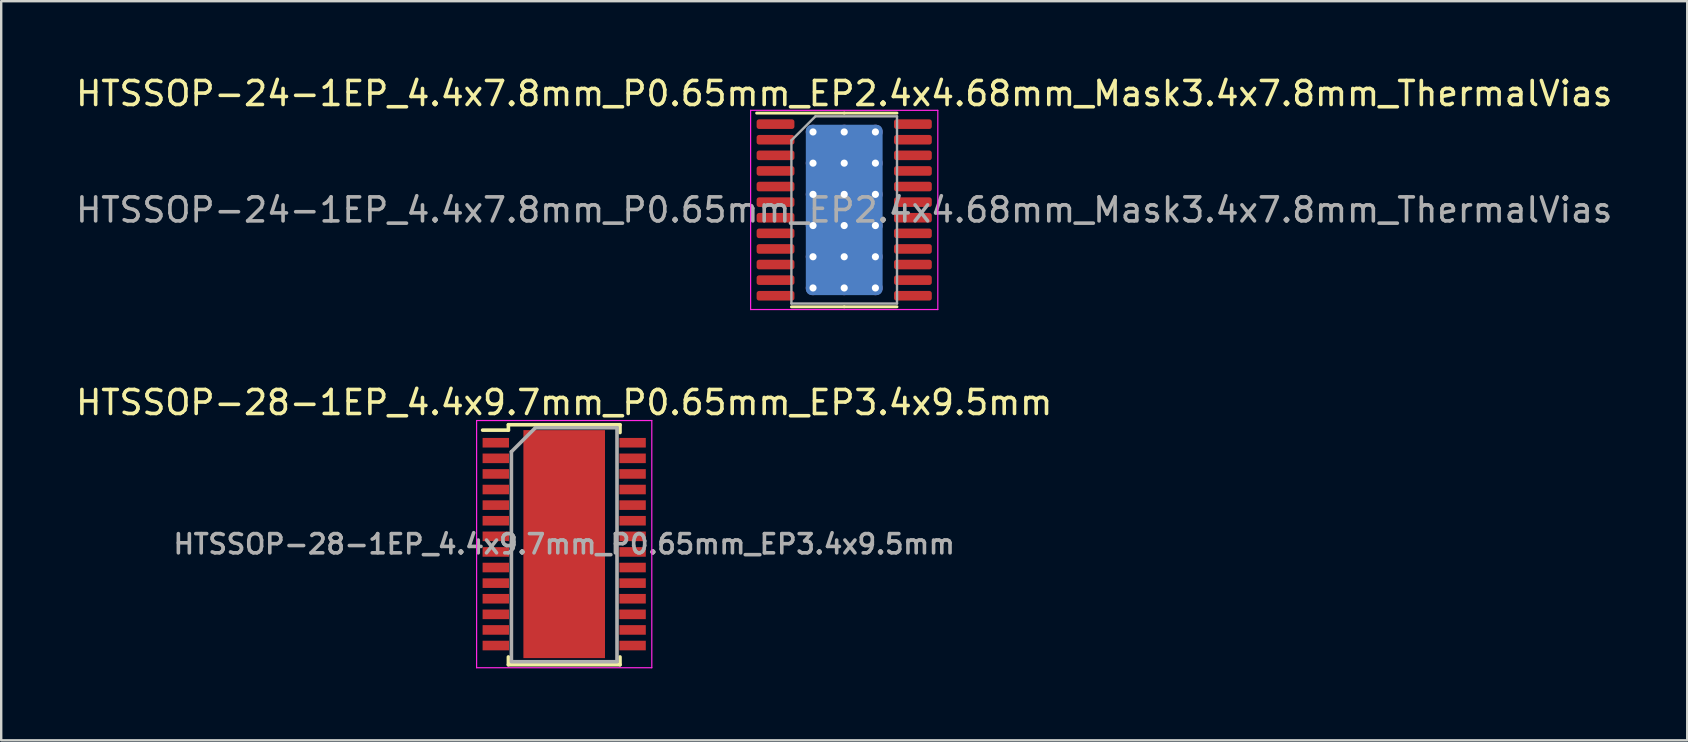
<source format=kicad_pcb>
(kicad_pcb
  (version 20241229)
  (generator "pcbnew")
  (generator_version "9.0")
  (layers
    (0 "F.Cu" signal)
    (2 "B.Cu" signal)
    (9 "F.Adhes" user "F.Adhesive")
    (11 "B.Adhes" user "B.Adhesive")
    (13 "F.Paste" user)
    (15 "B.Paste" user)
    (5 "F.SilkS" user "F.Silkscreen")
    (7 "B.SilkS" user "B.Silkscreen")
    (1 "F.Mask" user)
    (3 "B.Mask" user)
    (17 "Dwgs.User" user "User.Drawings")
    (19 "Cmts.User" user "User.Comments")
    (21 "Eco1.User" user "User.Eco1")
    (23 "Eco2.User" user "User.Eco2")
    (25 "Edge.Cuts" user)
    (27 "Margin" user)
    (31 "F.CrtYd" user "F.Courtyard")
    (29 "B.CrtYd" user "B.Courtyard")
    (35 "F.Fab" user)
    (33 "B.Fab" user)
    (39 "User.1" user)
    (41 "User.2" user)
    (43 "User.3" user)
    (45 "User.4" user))
  (footprint "HTSSOP-28-1EP_4.4x9.7mm_P0.65mm_EP3.4x9.5mm"
    (layer "F.Cu")
    (at 20.458 19.622)
    (property "Reference" "HTSSOP-28-1EP_4.4x9.7mm_P0.65mm_EP3.4x9.5mm" (at 0 -5.9 0) (layer "F.SilkS") (effects (font (size 1 1) (thickness 0.15))))
    (attr smd)
    (fp_line (start -2.325 -4.975) (end -2.325 -4.75) (stroke (width 0.15) (type solid)) (layer "F.SilkS"))
    (fp_line (start -2.325 -4.975) (end 2.325 -4.975) (stroke (width 0.15) (type solid)) (layer "F.SilkS"))
    (fp_line (start -2.325 -4.75) (end -3.4 -4.75) (stroke (width 0.15) (type solid)) (layer "F.SilkS"))
    (fp_line (start -2.325 5.026) (end -2.325 4.701) (stroke (width 0.15) (type solid)) (layer "F.SilkS"))
    (fp_line (start -2.325 5.026) (end 2.325 5.026) (stroke (width 0.15) (type solid)) (layer "F.SilkS"))
    (fp_line (start 2.325 -4.975) (end 2.325 -4.65) (stroke (width 0.15) (type solid)) (layer "F.SilkS"))
    (fp_line (start 2.325 5.026) (end 2.325 4.701) (stroke (width 0.15) (type solid)) (layer "F.SilkS"))
    (fp_line (start -3.65 -5.15) (end -3.65 5.15) (stroke (width 0.05) (type solid)) (layer "F.CrtYd"))
    (fp_line (start -3.65 -5.15) (end 3.65 -5.15) (stroke (width 0.05) (type solid)) (layer "F.CrtYd"))
    (fp_line (start -3.65 5.15) (end 3.65 5.15) (stroke (width 0.05) (type solid)) (layer "F.CrtYd"))
    (fp_line (start 3.65 -5.15) (end 3.65 5.15) (stroke (width 0.05) (type solid)) (layer "F.CrtYd"))
    (fp_line (start -2.2 -3.85) (end -1.2 -4.85) (stroke (width 0.15) (type solid)) (layer "F.Fab"))
    (fp_line (start -2.2 4.85) (end -2.2 -3.85) (stroke (width 0.15) (type solid)) (layer "F.Fab"))
    (fp_line (start -1.2 -4.85) (end 2.2 -4.85) (stroke (width 0.15) (type solid)) (layer "F.Fab"))
    (fp_line (start 2.2 -4.85) (end 2.2 4.85) (stroke (width 0.15) (type solid)) (layer "F.Fab"))
    (fp_line (start 2.2 4.901) (end -2.2 4.901) (stroke (width 0.15) (type solid)) (layer "F.Fab"))
    (fp_text user "${REFERENCE}" (at 0 0 0) (layer "F.Fab") (effects (font (size 0.8 0.8) (thickness 0.15))))
    (pad "" smd rect (at -0.85 -3.8) (size 1.4 1.6) (layers "F.Paste"))
    (pad "" smd rect (at -0.85 -1.9) (size 1.4 1.6) (layers "F.Paste"))
    (pad "" smd rect (at -0.85 0) (size 1.4 1.6) (layers "F.Paste"))
    (pad "" smd rect (at -0.85 1.9) (size 1.4 1.6) (layers "F.Paste"))
    (pad "" smd rect (at -0.85 3.8) (size 1.4 1.6) (layers "F.Paste"))
    (pad "" smd rect (at 0.85 -3.8) (size 1.4 1.6) (layers "F.Paste"))
    (pad "" smd rect (at 0.85 -1.9) (size 1.4 1.6) (layers "F.Paste"))
    (pad "" smd rect (at 0.85 0) (size 1.4 1.6) (layers "F.Paste"))
    (pad "" smd rect (at 0.85 1.9) (size 1.4 1.6) (layers "F.Paste"))
    (pad "" smd rect (at 0.85 3.8) (size 1.4 1.6) (layers "F.Paste"))
    (pad "1" smd rect (at -2.85 -4.225) (size 1.1 0.4) (layers "F.Cu" "F.Mask" "F.Paste"))
    (pad "2" smd rect (at -2.85 -3.575) (size 1.1 0.4) (layers "F.Cu" "F.Mask" "F.Paste"))
    (pad "3" smd rect (at -2.85 -2.925) (size 1.1 0.4) (layers "F.Cu" "F.Mask" "F.Paste"))
    (pad "4" smd rect (at -2.85 -2.275) (size 1.1 0.4) (layers "F.Cu" "F.Mask" "F.Paste"))
    (pad "5" smd rect (at -2.85 -1.625) (size 1.1 0.4) (layers "F.Cu" "F.Mask" "F.Paste"))
    (pad "6" smd rect (at -2.85 -0.975) (size 1.1 0.4) (layers "F.Cu" "F.Mask" "F.Paste"))
    (pad "7" smd rect (at -2.85 -0.325) (size 1.1 0.4) (layers "F.Cu" "F.Mask" "F.Paste"))
    (pad "8" smd rect (at -2.85 0.325) (size 1.1 0.4) (layers "F.Cu" "F.Mask" "F.Paste"))
    (pad "9" smd rect (at -2.85 0.975) (size 1.1 0.4) (layers "F.Cu" "F.Mask" "F.Paste"))
    (pad "10" smd rect (at -2.85 1.625) (size 1.1 0.4) (layers "F.Cu" "F.Mask" "F.Paste"))
    (pad "11" smd rect (at -2.85 2.275) (size 1.1 0.4) (layers "F.Cu" "F.Mask" "F.Paste"))
    (pad "12" smd rect (at -2.85 2.925) (size 1.1 0.4) (layers "F.Cu" "F.Mask" "F.Paste"))
    (pad "13" smd rect (at -2.85 3.575) (size 1.1 0.4) (layers "F.Cu" "F.Mask" "F.Paste"))
    (pad "14" smd rect (at -2.85 4.225) (size 1.1 0.4) (layers "F.Cu" "F.Mask" "F.Paste"))
    (pad "15" smd rect (at 2.85 4.225) (size 1.1 0.4) (layers "F.Cu" "F.Mask" "F.Paste"))
    (pad "16" smd rect (at 2.85 3.575) (size 1.1 0.4) (layers "F.Cu" "F.Mask" "F.Paste"))
    (pad "17" smd rect (at 2.85 2.925) (size 1.1 0.4) (layers "F.Cu" "F.Mask" "F.Paste"))
    (pad "18" smd rect (at 2.85 2.275) (size 1.1 0.4) (layers "F.Cu" "F.Mask" "F.Paste"))
    (pad "19" smd rect (at 2.85 1.625) (size 1.1 0.4) (layers "F.Cu" "F.Mask" "F.Paste"))
    (pad "20" smd rect (at 2.85 0.975) (size 1.1 0.4) (layers "F.Cu" "F.Mask" "F.Paste"))
    (pad "21" smd rect (at 2.85 0.325) (size 1.1 0.4) (layers "F.Cu" "F.Mask" "F.Paste"))
    (pad "22" smd rect (at 2.85 -0.325) (size 1.1 0.4) (layers "F.Cu" "F.Mask" "F.Paste"))
    (pad "23" smd rect (at 2.85 -0.975) (size 1.1 0.4) (layers "F.Cu" "F.Mask" "F.Paste"))
    (pad "24" smd rect (at 2.85 -1.625) (size 1.1 0.4) (layers "F.Cu" "F.Mask" "F.Paste"))
    (pad "25" smd rect (at 2.85 -2.275) (size 1.1 0.4) (layers "F.Cu" "F.Mask" "F.Paste"))
    (pad "26" smd rect (at 2.85 -2.925) (size 1.1 0.4) (layers "F.Cu" "F.Mask" "F.Paste"))
    (pad "27" smd rect (at 2.85 -3.575) (size 1.1 0.4) (layers "F.Cu" "F.Mask" "F.Paste"))
    (pad "28" smd rect (at 2.85 -4.225) (size 1.1 0.4) (layers "F.Cu" "F.Mask" "F.Paste"))
    (pad "29" smd rect (at 0 0) (size 3.4 9.5) (layers "F.Cu" "F.Mask")))
  (footprint "HTSSOP-24-1EP_4.4x7.8mm_P0.65mm_EP2.4x4.68mm_Mask3.4x7.8mm_ThermalVias"
    (layer "F.Cu")
    (at 32.125 5.698)
    (property "Reference" "HTSSOP-24-1EP_4.4x7.8mm_P0.65mm_EP2.4x4.68mm_Mask3.4x7.8mm_ThermalVias" (at 0 -4.85 0) (layer "F.SilkS") (effects (font (size 1 1) (thickness 0.15))))
    (attr smd)
    (fp_line (start 0 -4.035) (end -3.65 -4.035) (stroke (width 0.12) (type solid)) (layer "F.SilkS"))
    (fp_line (start 0 -4.035) (end 2.2 -4.035) (stroke (width 0.12) (type solid)) (layer "F.SilkS"))
    (fp_line (start 0 4.035) (end -2.2 4.035) (stroke (width 0.12) (type solid)) (layer "F.SilkS"))
    (fp_line (start 0 4.035) (end 2.2 4.035) (stroke (width 0.12) (type solid)) (layer "F.SilkS"))
    (fp_line (start -3.9 -4.15) (end -3.9 4.15) (stroke (width 0.05) (type solid)) (layer "F.CrtYd"))
    (fp_line (start -3.9 4.15) (end 3.9 4.15) (stroke (width 0.05) (type solid)) (layer "F.CrtYd"))
    (fp_line (start 3.9 -4.15) (end -3.9 -4.15) (stroke (width 0.05) (type solid)) (layer "F.CrtYd"))
    (fp_line (start 3.9 4.15) (end 3.9 -4.15) (stroke (width 0.05) (type solid)) (layer "F.CrtYd"))
    (fp_line (start -2.2 -2.9) (end -1.2 -3.9) (stroke (width 0.1) (type solid)) (layer "F.Fab"))
    (fp_line (start -2.2 3.9) (end -2.2 -2.9) (stroke (width 0.1) (type solid)) (layer "F.Fab"))
    (fp_line (start -1.2 -3.9) (end 2.2 -3.9) (stroke (width 0.1) (type solid)) (layer "F.Fab"))
    (fp_line (start 2.2 -3.9) (end 2.2 3.9) (stroke (width 0.1) (type solid)) (layer "F.Fab"))
    (fp_line (start 2.2 3.9) (end -2.2 3.9) (stroke (width 0.1) (type solid)) (layer "F.Fab"))
    (fp_text user "${REFERENCE}" (at 0 0 0) (layer "F.Fab") (effects (font (size 1 1) (thickness 0.15))))
    (pad "" smd roundrect (at 0 -1.17) (size 1.93 1.89) (layers "F.Paste") (roundrect_rratio 0.132))
    (pad "" smd roundrect (at 0 0) (size 3.4 7.8) (layers "F.Mask") (roundrect_rratio 0.074))
    (pad "" smd roundrect (at 0 1.17) (size 1.93 1.89) (layers "F.Paste") (roundrect_rratio 0.132))
    (pad "1" smd roundrect (at -2.862 -3.575) (size 1.575 0.4) (layers "F.Cu" "F.Mask" "F.Paste") (roundrect_rratio 0.25))
    (pad "2" smd roundrect (at -2.862 -2.925) (size 1.575 0.4) (layers "F.Cu" "F.Mask" "F.Paste") (roundrect_rratio 0.25))
    (pad "3" smd roundrect (at -2.862 -2.275) (size 1.575 0.4) (layers "F.Cu" "F.Mask" "F.Paste") (roundrect_rratio 0.25))
    (pad "4" smd roundrect (at -2.862 -1.625) (size 1.575 0.4) (layers "F.Cu" "F.Mask" "F.Paste") (roundrect_rratio 0.25))
    (pad "5" smd roundrect (at -2.862 -0.975) (size 1.575 0.4) (layers "F.Cu" "F.Mask" "F.Paste") (roundrect_rratio 0.25))
    (pad "6" smd roundrect (at -2.862 -0.325) (size 1.575 0.4) (layers "F.Cu" "F.Mask" "F.Paste") (roundrect_rratio 0.25))
    (pad "7" smd roundrect (at -2.862 0.325) (size 1.575 0.4) (layers "F.Cu" "F.Mask" "F.Paste") (roundrect_rratio 0.25))
    (pad "8" smd roundrect (at -2.862 0.975) (size 1.575 0.4) (layers "F.Cu" "F.Mask" "F.Paste") (roundrect_rratio 0.25))
    (pad "9" smd roundrect (at -2.862 1.625) (size 1.575 0.4) (layers "F.Cu" "F.Mask" "F.Paste") (roundrect_rratio 0.25))
    (pad "10" smd roundrect (at -2.862 2.275) (size 1.575 0.4) (layers "F.Cu" "F.Mask" "F.Paste") (roundrect_rratio 0.25))
    (pad "11" smd roundrect (at -2.862 2.925) (size 1.575 0.4) (layers "F.Cu" "F.Mask" "F.Paste") (roundrect_rratio 0.25))
    (pad "12" smd roundrect (at -2.862 3.575) (size 1.575 0.4) (layers "F.Cu" "F.Mask" "F.Paste") (roundrect_rratio 0.25))
    (pad "13" smd roundrect (at 2.862 3.575) (size 1.575 0.4) (layers "F.Cu" "F.Mask" "F.Paste") (roundrect_rratio 0.25))
    (pad "14" smd roundrect (at 2.862 2.925) (size 1.575 0.4) (layers "F.Cu" "F.Mask" "F.Paste") (roundrect_rratio 0.25))
    (pad "15" smd roundrect (at 2.862 2.275) (size 1.575 0.4) (layers "F.Cu" "F.Mask" "F.Paste") (roundrect_rratio 0.25))
    (pad "16" smd roundrect (at 2.862 1.625) (size 1.575 0.4) (layers "F.Cu" "F.Mask" "F.Paste") (roundrect_rratio 0.25))
    (pad "17" smd roundrect (at 2.862 0.975) (size 1.575 0.4) (layers "F.Cu" "F.Mask" "F.Paste") (roundrect_rratio 0.25))
    (pad "18" smd roundrect (at 2.862 0.325) (size 1.575 0.4) (layers "F.Cu" "F.Mask" "F.Paste") (roundrect_rratio 0.25))
    (pad "19" smd roundrect (at 2.862 -0.325) (size 1.575 0.4) (layers "F.Cu" "F.Mask" "F.Paste") (roundrect_rratio 0.25))
    (pad "20" smd roundrect (at 2.862 -0.975) (size 1.575 0.4) (layers "F.Cu" "F.Mask" "F.Paste") (roundrect_rratio 0.25))
    (pad "21" smd roundrect (at 2.862 -1.625) (size 1.575 0.4) (layers "F.Cu" "F.Mask" "F.Paste") (roundrect_rratio 0.25))
    (pad "22" smd roundrect (at 2.862 -2.275) (size 1.575 0.4) (layers "F.Cu" "F.Mask" "F.Paste") (roundrect_rratio 0.25))
    (pad "23" smd roundrect (at 2.862 -2.925) (size 1.575 0.4) (layers "F.Cu" "F.Mask" "F.Paste") (roundrect_rratio 0.25))
    (pad "24" smd roundrect (at 2.862 -3.575) (size 1.575 0.4) (layers "F.Cu" "F.Mask" "F.Paste") (roundrect_rratio 0.25))
    (pad "25" thru_hole circle (at -1.3 -3.25) (size 0.6 0.6) (drill 0.3) (layers "*.Cu"))
    (pad "25" thru_hole circle (at -1.3 -1.95) (size 0.6 0.6) (drill 0.3) (layers "*.Cu"))
    (pad "25" thru_hole circle (at -1.3 -0.65) (size 0.6 0.6) (drill 0.3) (layers "*.Cu"))
    (pad "25" thru_hole circle (at -1.3 0.65) (size 0.6 0.6) (drill 0.3) (layers "*.Cu"))
    (pad "25" thru_hole circle (at -1.3 1.95) (size 0.6 0.6) (drill 0.3) (layers "*.Cu"))
    (pad "25" thru_hole circle (at -1.3 3.25) (size 0.6 0.6) (drill 0.3) (layers "*.Cu"))
    (pad "25" thru_hole circle (at 0 -3.25) (size 0.6 0.6) (drill 0.3) (layers "*.Cu"))
    (pad "25" thru_hole circle (at 0 -1.95) (size 0.6 0.6) (drill 0.3) (layers "*.Cu"))
    (pad "25" thru_hole circle (at 0 -0.65) (size 0.6 0.6) (drill 0.3) (layers "*.Cu"))
    (pad "25" smd roundrect (at 0 0) (size 2.4 4.68) (layers "F.Cu") (roundrect_rratio 0.104))
    (pad "25" smd roundrect (at 0 0) (size 3.2 7.1) (layers "B.Cu") (roundrect_rratio 0.078))
    (pad "25" thru_hole circle (at 0 0.65) (size 0.6 0.6) (drill 0.3) (layers "*.Cu"))
    (pad "25" thru_hole circle (at 0 1.95) (size 0.6 0.6) (drill 0.3) (layers "*.Cu"))
    (pad "25" thru_hole circle (at 0 3.25) (size 0.6 0.6) (drill 0.3) (layers "*.Cu"))
    (pad "25" thru_hole circle (at 1.3 -3.25) (size 0.6 0.6) (drill 0.3) (layers "*.Cu"))
    (pad "25" thru_hole circle (at 1.3 -1.95) (size 0.6 0.6) (drill 0.3) (layers "*.Cu"))
    (pad "25" thru_hole circle (at 1.3 -0.65) (size 0.6 0.6) (drill 0.3) (layers "*.Cu"))
    (pad "25" thru_hole circle (at 1.3 0.65) (size 0.6 0.6) (drill 0.3) (layers "*.Cu"))
    (pad "25" thru_hole circle (at 1.3 1.95) (size 0.6 0.6) (drill 0.3) (layers "*.Cu"))
    (pad "25" thru_hole circle (at 1.3 3.25) (size 0.6 0.6) (drill 0.3) (layers "*.Cu")))
  (gr_rect
    (start -3 -3)
    (end 67.25 27.797)
    (stroke (width 0.1) (type default))
    (fill no)
    (layer "Edge.Cuts")))
</source>
